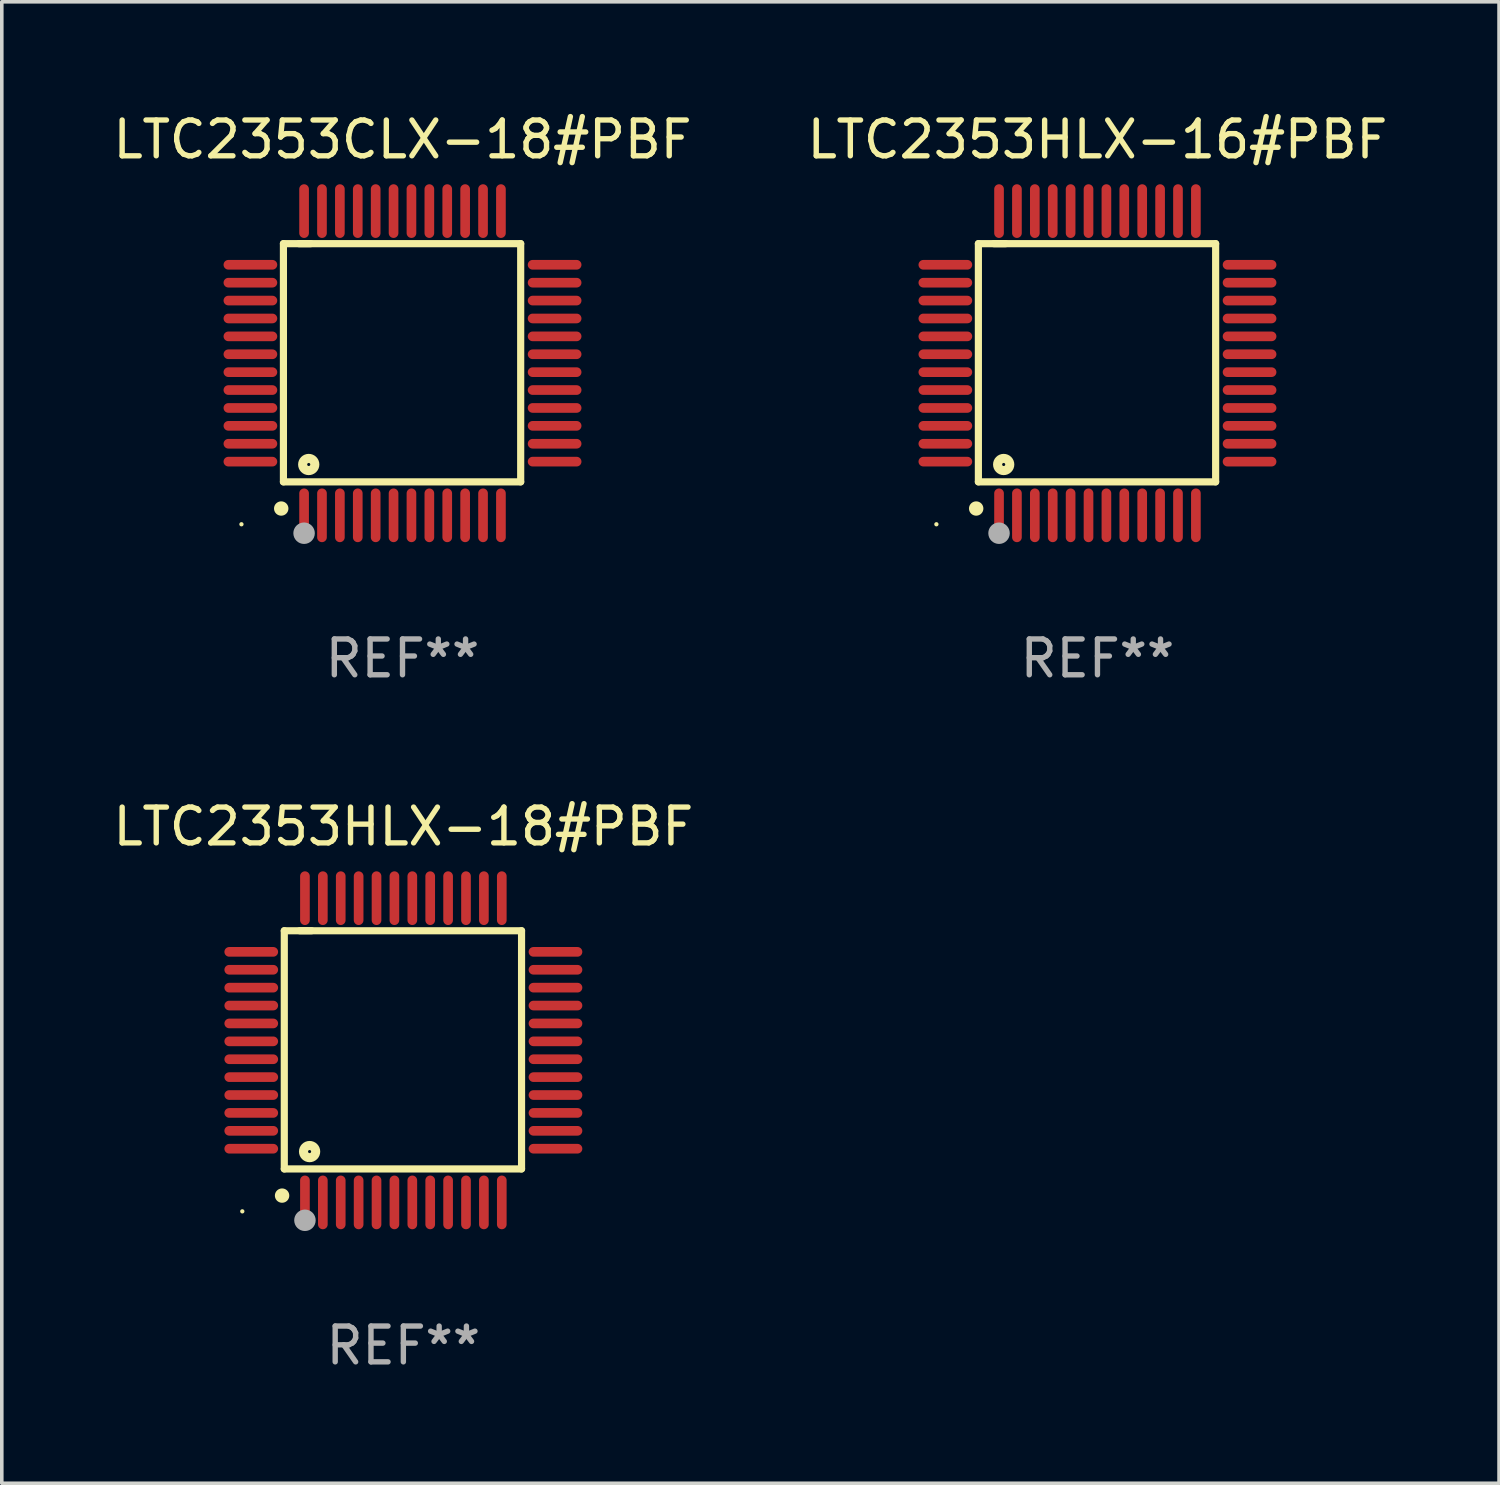
<source format=kicad_pcb>
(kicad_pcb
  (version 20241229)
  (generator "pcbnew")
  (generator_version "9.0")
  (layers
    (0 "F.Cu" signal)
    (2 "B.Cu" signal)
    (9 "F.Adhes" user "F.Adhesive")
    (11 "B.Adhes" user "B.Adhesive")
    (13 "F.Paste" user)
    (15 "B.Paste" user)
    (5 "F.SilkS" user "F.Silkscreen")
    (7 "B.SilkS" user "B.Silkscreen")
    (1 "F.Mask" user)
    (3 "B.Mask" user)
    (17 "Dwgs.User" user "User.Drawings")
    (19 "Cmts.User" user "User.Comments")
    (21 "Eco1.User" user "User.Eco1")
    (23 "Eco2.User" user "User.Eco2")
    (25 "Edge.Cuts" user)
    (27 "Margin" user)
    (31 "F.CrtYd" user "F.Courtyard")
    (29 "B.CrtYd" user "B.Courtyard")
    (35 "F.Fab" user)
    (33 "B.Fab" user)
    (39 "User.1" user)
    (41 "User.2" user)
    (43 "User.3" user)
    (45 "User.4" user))
  (footprint "LTC2353HLX-16#PBF"
    (layer "F.Cu")
    (at 27.613 7.098)
    (property "Reference" "LTC2353HLX-16#PBF" (at 0 -6.25 0) (layer "F.SilkS") (effects (font (size 1 1) (thickness 0.15))))
    (attr through_hole)
    (fp_line (start -3.327 -3.34) (end -2.565 -3.34) (stroke (width 0.2) (type solid)) (layer "F.SilkS"))
    (fp_line (start -3.327 3.315) (end -3.327 -3.34) (stroke (width 0.2) (type solid)) (layer "F.SilkS"))
    (fp_line (start -2.896 -3.34) (end 3.302 -3.34) (stroke (width 0.2) (type solid)) (layer "F.SilkS"))
    (fp_line (start 3.302 -3.34) (end 3.302 3.315) (stroke (width 0.2) (type solid)) (layer "F.SilkS"))
    (fp_line (start 3.302 3.315) (end -3.327 3.315) (stroke (width 0.2) (type solid)) (layer "F.SilkS"))
    (fp_arc (start -3.389992 4.059995) (mid -3.388722 4.059991) (end -3.387452 4.059995) (stroke (width 0.4) (type solid)) (layer "F.SilkS"))
    (fp_circle (center -4.5 4.5) (end -4.47 4.5) (stroke (width 0.06) (type solid)) (fill no) (layer "F.SilkS"))
    (fp_circle (center -2.62 2.83) (end -2.45 2.83) (stroke (width 0.254) (type solid)) (fill no) (layer "F.SilkS"))
    (fp_circle (center -2.75 4.75) (end -2.6 4.75) (stroke (width 0.3) (type solid)) (fill no) (layer "F.Fab"))
    (fp_text user "REF**" (at 0 8.25 0) (layer "F.Fab") (effects (font (size 1 1) (thickness 0.15))))
    (pad "1" smd oval (at -2.75 4.25) (size 0.27 1.5) (layers "F.Cu" "F.Mask" "F.Paste"))
    (pad "2" smd oval (at -2.25 4.25) (size 0.27 1.5) (layers "F.Cu" "F.Mask" "F.Paste"))
    (pad "3" smd oval (at -1.75 4.25) (size 0.27 1.5) (layers "F.Cu" "F.Mask" "F.Paste"))
    (pad "4" smd oval (at -1.25 4.25) (size 0.27 1.5) (layers "F.Cu" "F.Mask" "F.Paste"))
    (pad "5" smd oval (at -0.75 4.25) (size 0.27 1.5) (layers "F.Cu" "F.Mask" "F.Paste"))
    (pad "6" smd oval (at -0.25 4.25) (size 0.27 1.5) (layers "F.Cu" "F.Mask" "F.Paste"))
    (pad "7" smd oval (at 0.25 4.25) (size 0.27 1.5) (layers "F.Cu" "F.Mask" "F.Paste"))
    (pad "8" smd oval (at 0.75 4.25) (size 0.27 1.5) (layers "F.Cu" "F.Mask" "F.Paste"))
    (pad "9" smd oval (at 1.25 4.25) (size 0.27 1.5) (layers "F.Cu" "F.Mask" "F.Paste"))
    (pad "10" smd oval (at 1.75 4.25) (size 0.27 1.5) (layers "F.Cu" "F.Mask" "F.Paste"))
    (pad "11" smd oval (at 2.25 4.25) (size 0.27 1.5) (layers "F.Cu" "F.Mask" "F.Paste"))
    (pad "12" smd oval (at 2.75 4.25) (size 0.27 1.5) (layers "F.Cu" "F.Mask" "F.Paste"))
    (pad "13" smd oval (at 4.25 2.75) (size 1.5 0.27) (layers "F.Cu" "F.Mask" "F.Paste"))
    (pad "14" smd oval (at 4.25 2.25) (size 1.5 0.27) (layers "F.Cu" "F.Mask" "F.Paste"))
    (pad "15" smd oval (at 4.25 1.75) (size 1.5 0.27) (layers "F.Cu" "F.Mask" "F.Paste"))
    (pad "16" smd oval (at 4.25 1.25) (size 1.5 0.27) (layers "F.Cu" "F.Mask" "F.Paste"))
    (pad "17" smd oval (at 4.25 0.75) (size 1.5 0.27) (layers "F.Cu" "F.Mask" "F.Paste"))
    (pad "18" smd oval (at 4.25 0.25) (size 1.5 0.27) (layers "F.Cu" "F.Mask" "F.Paste"))
    (pad "19" smd oval (at 4.25 -0.25) (size 1.5 0.27) (layers "F.Cu" "F.Mask" "F.Paste"))
    (pad "20" smd oval (at 4.25 -0.75) (size 1.5 0.27) (layers "F.Cu" "F.Mask" "F.Paste"))
    (pad "21" smd oval (at 4.25 -1.25) (size 1.5 0.27) (layers "F.Cu" "F.Mask" "F.Paste"))
    (pad "22" smd oval (at 4.25 -1.75) (size 1.5 0.27) (layers "F.Cu" "F.Mask" "F.Paste"))
    (pad "23" smd oval (at 4.25 -2.25) (size 1.5 0.27) (layers "F.Cu" "F.Mask" "F.Paste"))
    (pad "24" smd oval (at 4.25 -2.75) (size 1.5 0.27) (layers "F.Cu" "F.Mask" "F.Paste"))
    (pad "25" smd oval (at 2.75 -4.25) (size 0.27 1.5) (layers "F.Cu" "F.Mask" "F.Paste"))
    (pad "26" smd oval (at 2.25 -4.25) (size 0.27 1.5) (layers "F.Cu" "F.Mask" "F.Paste"))
    (pad "27" smd oval (at 1.75 -4.25) (size 0.27 1.5) (layers "F.Cu" "F.Mask" "F.Paste"))
    (pad "28" smd oval (at 1.25 -4.25) (size 0.27 1.5) (layers "F.Cu" "F.Mask" "F.Paste"))
    (pad "29" smd oval (at 0.75 -4.25) (size 0.27 1.5) (layers "F.Cu" "F.Mask" "F.Paste"))
    (pad "30" smd oval (at 0.25 -4.25) (size 0.27 1.5) (layers "F.Cu" "F.Mask" "F.Paste"))
    (pad "31" smd oval (at -0.25 -4.25) (size 0.27 1.5) (layers "F.Cu" "F.Mask" "F.Paste"))
    (pad "32" smd oval (at -0.75 -4.25) (size 0.27 1.5) (layers "F.Cu" "F.Mask" "F.Paste"))
    (pad "33" smd oval (at -1.25 -4.25) (size 0.27 1.5) (layers "F.Cu" "F.Mask" "F.Paste"))
    (pad "34" smd oval (at -1.75 -4.25) (size 0.27 1.5) (layers "F.Cu" "F.Mask" "F.Paste"))
    (pad "35" smd oval (at -2.25 -4.25) (size 0.27 1.5) (layers "F.Cu" "F.Mask" "F.Paste"))
    (pad "36" smd oval (at -2.75 -4.25) (size 0.27 1.5) (layers "F.Cu" "F.Mask" "F.Paste"))
    (pad "37" smd oval (at -4.25 -2.75) (size 1.5 0.27) (layers "F.Cu" "F.Mask" "F.Paste"))
    (pad "38" smd oval (at -4.25 -2.25) (size 1.5 0.27) (layers "F.Cu" "F.Mask" "F.Paste"))
    (pad "39" smd oval (at -4.25 -1.75) (size 1.5 0.27) (layers "F.Cu" "F.Mask" "F.Paste"))
    (pad "40" smd oval (at -4.25 -1.25) (size 1.5 0.27) (layers "F.Cu" "F.Mask" "F.Paste"))
    (pad "41" smd oval (at -4.25 -0.75) (size 1.5 0.27) (layers "F.Cu" "F.Mask" "F.Paste"))
    (pad "42" smd oval (at -4.25 -0.25) (size 1.5 0.27) (layers "F.Cu" "F.Mask" "F.Paste"))
    (pad "43" smd oval (at -4.25 0.25) (size 1.5 0.27) (layers "F.Cu" "F.Mask" "F.Paste"))
    (pad "44" smd oval (at -4.25 0.75) (size 1.5 0.27) (layers "F.Cu" "F.Mask" "F.Paste"))
    (pad "45" smd oval (at -4.25 1.25) (size 1.5 0.27) (layers "F.Cu" "F.Mask" "F.Paste"))
    (pad "46" smd oval (at -4.25 1.75) (size 1.5 0.27) (layers "F.Cu" "F.Mask" "F.Paste"))
    (pad "47" smd oval (at -4.25 2.25) (size 1.5 0.27) (layers "F.Cu" "F.Mask" "F.Paste"))
    (pad "48" smd oval (at -4.25 2.75) (size 1.5 0.27) (layers "F.Cu" "F.Mask" "F.Paste")))
  (footprint "LTC2353CLX-18#PBF"
    (layer "F.Cu")
    (at 8.196 7.098)
    (property "Reference" "LTC2353CLX-18#PBF" (at 0 -6.25 0) (layer "F.SilkS") (effects (font (size 1 1) (thickness 0.15))))
    (attr through_hole)
    (fp_line (start -3.327 -3.34) (end -2.565 -3.34) (stroke (width 0.2) (type solid)) (layer "F.SilkS"))
    (fp_line (start -3.327 3.315) (end -3.327 -3.34) (stroke (width 0.2) (type solid)) (layer "F.SilkS"))
    (fp_line (start -2.896 -3.34) (end 3.302 -3.34) (stroke (width 0.2) (type solid)) (layer "F.SilkS"))
    (fp_line (start 3.302 -3.34) (end 3.302 3.315) (stroke (width 0.2) (type solid)) (layer "F.SilkS"))
    (fp_line (start 3.302 3.315) (end -3.327 3.315) (stroke (width 0.2) (type solid)) (layer "F.SilkS"))
    (fp_arc (start -3.389992 4.059995) (mid -3.388722 4.059991) (end -3.387452 4.059995) (stroke (width 0.4) (type solid)) (layer "F.SilkS"))
    (fp_circle (center -4.5 4.5) (end -4.47 4.5) (stroke (width 0.06) (type solid)) (fill no) (layer "F.SilkS"))
    (fp_circle (center -2.62 2.83) (end -2.45 2.83) (stroke (width 0.254) (type solid)) (fill no) (layer "F.SilkS"))
    (fp_circle (center -2.75 4.75) (end -2.6 4.75) (stroke (width 0.3) (type solid)) (fill no) (layer "F.Fab"))
    (fp_text user "REF**" (at 0 8.25 0) (layer "F.Fab") (effects (font (size 1 1) (thickness 0.15))))
    (pad "1" smd oval (at -2.75 4.25) (size 0.27 1.5) (layers "F.Cu" "F.Mask" "F.Paste"))
    (pad "2" smd oval (at -2.25 4.25) (size 0.27 1.5) (layers "F.Cu" "F.Mask" "F.Paste"))
    (pad "3" smd oval (at -1.75 4.25) (size 0.27 1.5) (layers "F.Cu" "F.Mask" "F.Paste"))
    (pad "4" smd oval (at -1.25 4.25) (size 0.27 1.5) (layers "F.Cu" "F.Mask" "F.Paste"))
    (pad "5" smd oval (at -0.75 4.25) (size 0.27 1.5) (layers "F.Cu" "F.Mask" "F.Paste"))
    (pad "6" smd oval (at -0.25 4.25) (size 0.27 1.5) (layers "F.Cu" "F.Mask" "F.Paste"))
    (pad "7" smd oval (at 0.25 4.25) (size 0.27 1.5) (layers "F.Cu" "F.Mask" "F.Paste"))
    (pad "8" smd oval (at 0.75 4.25) (size 0.27 1.5) (layers "F.Cu" "F.Mask" "F.Paste"))
    (pad "9" smd oval (at 1.25 4.25) (size 0.27 1.5) (layers "F.Cu" "F.Mask" "F.Paste"))
    (pad "10" smd oval (at 1.75 4.25) (size 0.27 1.5) (layers "F.Cu" "F.Mask" "F.Paste"))
    (pad "11" smd oval (at 2.25 4.25) (size 0.27 1.5) (layers "F.Cu" "F.Mask" "F.Paste"))
    (pad "12" smd oval (at 2.75 4.25) (size 0.27 1.5) (layers "F.Cu" "F.Mask" "F.Paste"))
    (pad "13" smd oval (at 4.25 2.75) (size 1.5 0.27) (layers "F.Cu" "F.Mask" "F.Paste"))
    (pad "14" smd oval (at 4.25 2.25) (size 1.5 0.27) (layers "F.Cu" "F.Mask" "F.Paste"))
    (pad "15" smd oval (at 4.25 1.75) (size 1.5 0.27) (layers "F.Cu" "F.Mask" "F.Paste"))
    (pad "16" smd oval (at 4.25 1.25) (size 1.5 0.27) (layers "F.Cu" "F.Mask" "F.Paste"))
    (pad "17" smd oval (at 4.25 0.75) (size 1.5 0.27) (layers "F.Cu" "F.Mask" "F.Paste"))
    (pad "18" smd oval (at 4.25 0.25) (size 1.5 0.27) (layers "F.Cu" "F.Mask" "F.Paste"))
    (pad "19" smd oval (at 4.25 -0.25) (size 1.5 0.27) (layers "F.Cu" "F.Mask" "F.Paste"))
    (pad "20" smd oval (at 4.25 -0.75) (size 1.5 0.27) (layers "F.Cu" "F.Mask" "F.Paste"))
    (pad "21" smd oval (at 4.25 -1.25) (size 1.5 0.27) (layers "F.Cu" "F.Mask" "F.Paste"))
    (pad "22" smd oval (at 4.25 -1.75) (size 1.5 0.27) (layers "F.Cu" "F.Mask" "F.Paste"))
    (pad "23" smd oval (at 4.25 -2.25) (size 1.5 0.27) (layers "F.Cu" "F.Mask" "F.Paste"))
    (pad "24" smd oval (at 4.25 -2.75) (size 1.5 0.27) (layers "F.Cu" "F.Mask" "F.Paste"))
    (pad "25" smd oval (at 2.75 -4.25) (size 0.27 1.5) (layers "F.Cu" "F.Mask" "F.Paste"))
    (pad "26" smd oval (at 2.25 -4.25) (size 0.27 1.5) (layers "F.Cu" "F.Mask" "F.Paste"))
    (pad "27" smd oval (at 1.75 -4.25) (size 0.27 1.5) (layers "F.Cu" "F.Mask" "F.Paste"))
    (pad "28" smd oval (at 1.25 -4.25) (size 0.27 1.5) (layers "F.Cu" "F.Mask" "F.Paste"))
    (pad "29" smd oval (at 0.75 -4.25) (size 0.27 1.5) (layers "F.Cu" "F.Mask" "F.Paste"))
    (pad "30" smd oval (at 0.25 -4.25) (size 0.27 1.5) (layers "F.Cu" "F.Mask" "F.Paste"))
    (pad "31" smd oval (at -0.25 -4.25) (size 0.27 1.5) (layers "F.Cu" "F.Mask" "F.Paste"))
    (pad "32" smd oval (at -0.75 -4.25) (size 0.27 1.5) (layers "F.Cu" "F.Mask" "F.Paste"))
    (pad "33" smd oval (at -1.25 -4.25) (size 0.27 1.5) (layers "F.Cu" "F.Mask" "F.Paste"))
    (pad "34" smd oval (at -1.75 -4.25) (size 0.27 1.5) (layers "F.Cu" "F.Mask" "F.Paste"))
    (pad "35" smd oval (at -2.25 -4.25) (size 0.27 1.5) (layers "F.Cu" "F.Mask" "F.Paste"))
    (pad "36" smd oval (at -2.75 -4.25) (size 0.27 1.5) (layers "F.Cu" "F.Mask" "F.Paste"))
    (pad "37" smd oval (at -4.25 -2.75) (size 1.5 0.27) (layers "F.Cu" "F.Mask" "F.Paste"))
    (pad "38" smd oval (at -4.25 -2.25) (size 1.5 0.27) (layers "F.Cu" "F.Mask" "F.Paste"))
    (pad "39" smd oval (at -4.25 -1.75) (size 1.5 0.27) (layers "F.Cu" "F.Mask" "F.Paste"))
    (pad "40" smd oval (at -4.25 -1.25) (size 1.5 0.27) (layers "F.Cu" "F.Mask" "F.Paste"))
    (pad "41" smd oval (at -4.25 -0.75) (size 1.5 0.27) (layers "F.Cu" "F.Mask" "F.Paste"))
    (pad "42" smd oval (at -4.25 -0.25) (size 1.5 0.27) (layers "F.Cu" "F.Mask" "F.Paste"))
    (pad "43" smd oval (at -4.25 0.25) (size 1.5 0.27) (layers "F.Cu" "F.Mask" "F.Paste"))
    (pad "44" smd oval (at -4.25 0.75) (size 1.5 0.27) (layers "F.Cu" "F.Mask" "F.Paste"))
    (pad "45" smd oval (at -4.25 1.25) (size 1.5 0.27) (layers "F.Cu" "F.Mask" "F.Paste"))
    (pad "46" smd oval (at -4.25 1.75) (size 1.5 0.27) (layers "F.Cu" "F.Mask" "F.Paste"))
    (pad "47" smd oval (at -4.25 2.25) (size 1.5 0.27) (layers "F.Cu" "F.Mask" "F.Paste"))
    (pad "48" smd oval (at -4.25 2.75) (size 1.5 0.27) (layers "F.Cu" "F.Mask" "F.Paste")))
  (footprint "LTC2353HLX-18#PBF"
    (layer "F.Cu")
    (at 8.22 26.295)
    (property "Reference" "LTC2353HLX-18#PBF" (at 0 -6.25 0) (layer "F.SilkS") (effects (font (size 1 1) (thickness 0.15))))
    (attr through_hole)
    (fp_line (start -3.327 -3.34) (end -2.565 -3.34) (stroke (width 0.2) (type solid)) (layer "F.SilkS"))
    (fp_line (start -3.327 3.315) (end -3.327 -3.34) (stroke (width 0.2) (type solid)) (layer "F.SilkS"))
    (fp_line (start -2.896 -3.34) (end 3.302 -3.34) (stroke (width 0.2) (type solid)) (layer "F.SilkS"))
    (fp_line (start 3.302 -3.34) (end 3.302 3.315) (stroke (width 0.2) (type solid)) (layer "F.SilkS"))
    (fp_line (start 3.302 3.315) (end -3.327 3.315) (stroke (width 0.2) (type solid)) (layer "F.SilkS"))
    (fp_arc (start -3.389992 4.059995) (mid -3.388722 4.059991) (end -3.387452 4.059995) (stroke (width 0.4) (type solid)) (layer "F.SilkS"))
    (fp_circle (center -4.5 4.5) (end -4.47 4.5) (stroke (width 0.06) (type solid)) (fill no) (layer "F.SilkS"))
    (fp_circle (center -2.62 2.83) (end -2.45 2.83) (stroke (width 0.254) (type solid)) (fill no) (layer "F.SilkS"))
    (fp_circle (center -2.75 4.75) (end -2.6 4.75) (stroke (width 0.3) (type solid)) (fill no) (layer "F.Fab"))
    (fp_text user "REF**" (at 0 8.25 0) (layer "F.Fab") (effects (font (size 1 1) (thickness 0.15))))
    (pad "1" smd oval (at -2.75 4.25) (size 0.27 1.5) (layers "F.Cu" "F.Mask" "F.Paste"))
    (pad "2" smd oval (at -2.25 4.25) (size 0.27 1.5) (layers "F.Cu" "F.Mask" "F.Paste"))
    (pad "3" smd oval (at -1.75 4.25) (size 0.27 1.5) (layers "F.Cu" "F.Mask" "F.Paste"))
    (pad "4" smd oval (at -1.25 4.25) (size 0.27 1.5) (layers "F.Cu" "F.Mask" "F.Paste"))
    (pad "5" smd oval (at -0.75 4.25) (size 0.27 1.5) (layers "F.Cu" "F.Mask" "F.Paste"))
    (pad "6" smd oval (at -0.25 4.25) (size 0.27 1.5) (layers "F.Cu" "F.Mask" "F.Paste"))
    (pad "7" smd oval (at 0.25 4.25) (size 0.27 1.5) (layers "F.Cu" "F.Mask" "F.Paste"))
    (pad "8" smd oval (at 0.75 4.25) (size 0.27 1.5) (layers "F.Cu" "F.Mask" "F.Paste"))
    (pad "9" smd oval (at 1.25 4.25) (size 0.27 1.5) (layers "F.Cu" "F.Mask" "F.Paste"))
    (pad "10" smd oval (at 1.75 4.25) (size 0.27 1.5) (layers "F.Cu" "F.Mask" "F.Paste"))
    (pad "11" smd oval (at 2.25 4.25) (size 0.27 1.5) (layers "F.Cu" "F.Mask" "F.Paste"))
    (pad "12" smd oval (at 2.75 4.25) (size 0.27 1.5) (layers "F.Cu" "F.Mask" "F.Paste"))
    (pad "13" smd oval (at 4.25 2.75) (size 1.5 0.27) (layers "F.Cu" "F.Mask" "F.Paste"))
    (pad "14" smd oval (at 4.25 2.25) (size 1.5 0.27) (layers "F.Cu" "F.Mask" "F.Paste"))
    (pad "15" smd oval (at 4.25 1.75) (size 1.5 0.27) (layers "F.Cu" "F.Mask" "F.Paste"))
    (pad "16" smd oval (at 4.25 1.25) (size 1.5 0.27) (layers "F.Cu" "F.Mask" "F.Paste"))
    (pad "17" smd oval (at 4.25 0.75) (size 1.5 0.27) (layers "F.Cu" "F.Mask" "F.Paste"))
    (pad "18" smd oval (at 4.25 0.25) (size 1.5 0.27) (layers "F.Cu" "F.Mask" "F.Paste"))
    (pad "19" smd oval (at 4.25 -0.25) (size 1.5 0.27) (layers "F.Cu" "F.Mask" "F.Paste"))
    (pad "20" smd oval (at 4.25 -0.75) (size 1.5 0.27) (layers "F.Cu" "F.Mask" "F.Paste"))
    (pad "21" smd oval (at 4.25 -1.25) (size 1.5 0.27) (layers "F.Cu" "F.Mask" "F.Paste"))
    (pad "22" smd oval (at 4.25 -1.75) (size 1.5 0.27) (layers "F.Cu" "F.Mask" "F.Paste"))
    (pad "23" smd oval (at 4.25 -2.25) (size 1.5 0.27) (layers "F.Cu" "F.Mask" "F.Paste"))
    (pad "24" smd oval (at 4.25 -2.75) (size 1.5 0.27) (layers "F.Cu" "F.Mask" "F.Paste"))
    (pad "25" smd oval (at 2.75 -4.25) (size 0.27 1.5) (layers "F.Cu" "F.Mask" "F.Paste"))
    (pad "26" smd oval (at 2.25 -4.25) (size 0.27 1.5) (layers "F.Cu" "F.Mask" "F.Paste"))
    (pad "27" smd oval (at 1.75 -4.25) (size 0.27 1.5) (layers "F.Cu" "F.Mask" "F.Paste"))
    (pad "28" smd oval (at 1.25 -4.25) (size 0.27 1.5) (layers "F.Cu" "F.Mask" "F.Paste"))
    (pad "29" smd oval (at 0.75 -4.25) (size 0.27 1.5) (layers "F.Cu" "F.Mask" "F.Paste"))
    (pad "30" smd oval (at 0.25 -4.25) (size 0.27 1.5) (layers "F.Cu" "F.Mask" "F.Paste"))
    (pad "31" smd oval (at -0.25 -4.25) (size 0.27 1.5) (layers "F.Cu" "F.Mask" "F.Paste"))
    (pad "32" smd oval (at -0.75 -4.25) (size 0.27 1.5) (layers "F.Cu" "F.Mask" "F.Paste"))
    (pad "33" smd oval (at -1.25 -4.25) (size 0.27 1.5) (layers "F.Cu" "F.Mask" "F.Paste"))
    (pad "34" smd oval (at -1.75 -4.25) (size 0.27 1.5) (layers "F.Cu" "F.Mask" "F.Paste"))
    (pad "35" smd oval (at -2.25 -4.25) (size 0.27 1.5) (layers "F.Cu" "F.Mask" "F.Paste"))
    (pad "36" smd oval (at -2.75 -4.25) (size 0.27 1.5) (layers "F.Cu" "F.Mask" "F.Paste"))
    (pad "37" smd oval (at -4.25 -2.75) (size 1.5 0.27) (layers "F.Cu" "F.Mask" "F.Paste"))
    (pad "38" smd oval (at -4.25 -2.25) (size 1.5 0.27) (layers "F.Cu" "F.Mask" "F.Paste"))
    (pad "39" smd oval (at -4.25 -1.75) (size 1.5 0.27) (layers "F.Cu" "F.Mask" "F.Paste"))
    (pad "40" smd oval (at -4.25 -1.25) (size 1.5 0.27) (layers "F.Cu" "F.Mask" "F.Paste"))
    (pad "41" smd oval (at -4.25 -0.75) (size 1.5 0.27) (layers "F.Cu" "F.Mask" "F.Paste"))
    (pad "42" smd oval (at -4.25 -0.25) (size 1.5 0.27) (layers "F.Cu" "F.Mask" "F.Paste"))
    (pad "43" smd oval (at -4.25 0.25) (size 1.5 0.27) (layers "F.Cu" "F.Mask" "F.Paste"))
    (pad "44" smd oval (at -4.25 0.75) (size 1.5 0.27) (layers "F.Cu" "F.Mask" "F.Paste"))
    (pad "45" smd oval (at -4.25 1.25) (size 1.5 0.27) (layers "F.Cu" "F.Mask" "F.Paste"))
    (pad "46" smd oval (at -4.25 1.75) (size 1.5 0.27) (layers "F.Cu" "F.Mask" "F.Paste"))
    (pad "47" smd oval (at -4.25 2.25) (size 1.5 0.27) (layers "F.Cu" "F.Mask" "F.Paste"))
    (pad "48" smd oval (at -4.25 2.75) (size 1.5 0.27) (layers "F.Cu" "F.Mask" "F.Paste")))
  (gr_rect
    (start -3 -3)
    (end 38.833 38.393)
    (stroke (width 0.1) (type default))
    (fill no)
    (layer "Edge.Cuts")))
</source>
